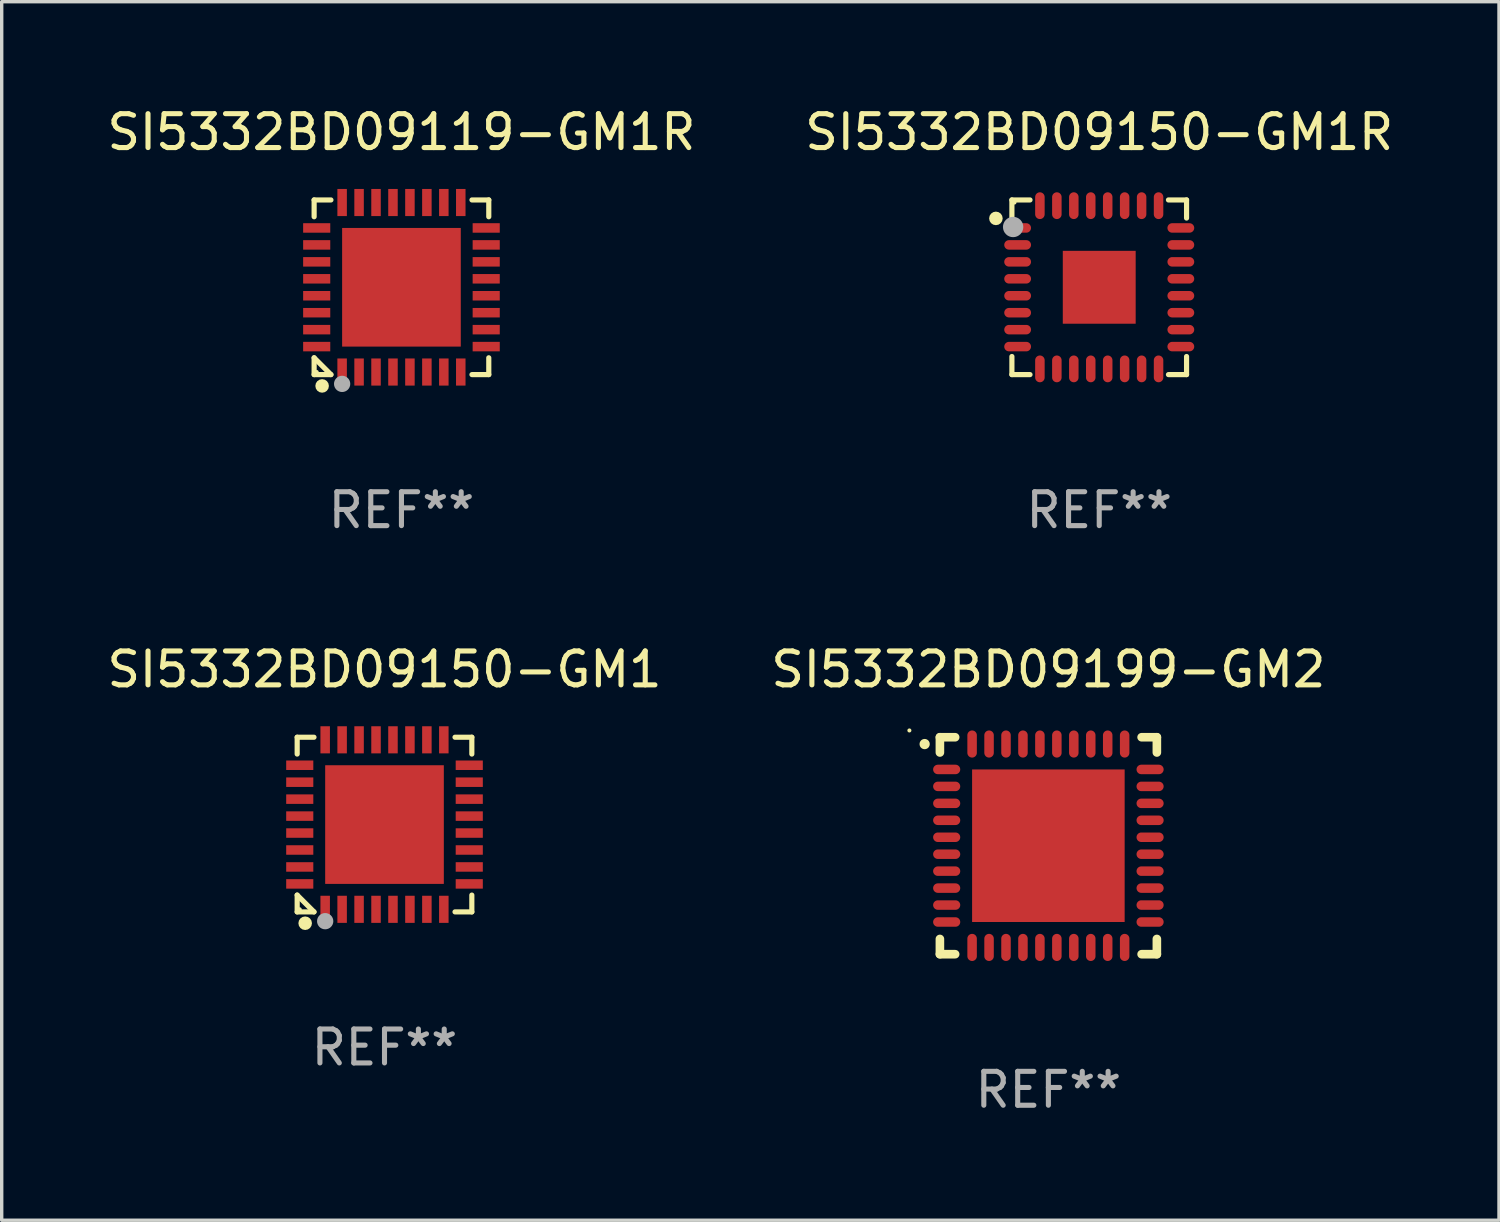
<source format=kicad_pcb>
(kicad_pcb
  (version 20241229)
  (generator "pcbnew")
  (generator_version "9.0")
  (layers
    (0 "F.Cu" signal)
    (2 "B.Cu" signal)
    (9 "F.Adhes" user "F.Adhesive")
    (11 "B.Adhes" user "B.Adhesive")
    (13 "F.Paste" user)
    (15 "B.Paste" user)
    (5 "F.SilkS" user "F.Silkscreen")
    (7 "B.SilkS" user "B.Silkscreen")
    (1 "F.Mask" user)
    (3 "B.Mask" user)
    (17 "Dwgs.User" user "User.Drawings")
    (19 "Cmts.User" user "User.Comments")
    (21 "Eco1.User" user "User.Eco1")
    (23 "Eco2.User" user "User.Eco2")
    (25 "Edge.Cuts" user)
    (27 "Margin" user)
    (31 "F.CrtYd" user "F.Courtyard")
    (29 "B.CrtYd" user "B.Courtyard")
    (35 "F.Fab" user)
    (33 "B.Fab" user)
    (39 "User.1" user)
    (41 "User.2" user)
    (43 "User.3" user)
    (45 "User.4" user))
  (footprint "SI5332BD09199-GM2"
    (layer "F.Cu")
    (at 27.875 21.897)
    (property "Reference" "SI5332BD09199-GM2" (at 0 -5.2 0) (layer "F.SilkS") (effects (font (size 1 1) (thickness 0.15))))
    (attr through_hole)
    (fp_line (start -3.2 -3.2) (end -2.75 -3.2) (stroke (width 0.254) (type solid)) (layer "F.SilkS"))
    (fp_line (start -3.2 -2.75) (end -3.2 -3.2) (stroke (width 0.254) (type solid)) (layer "F.SilkS"))
    (fp_line (start -3.2 3.2) (end -3.2 2.75) (stroke (width 0.254) (type solid)) (layer "F.SilkS"))
    (fp_line (start -2.75 3.2) (end -3.2 3.2) (stroke (width 0.254) (type solid)) (layer "F.SilkS"))
    (fp_line (start 2.75 3.2) (end 3.2 3.2) (stroke (width 0.254) (type solid)) (layer "F.SilkS"))
    (fp_line (start 3.2 -3.2) (end 2.75 -3.2) (stroke (width 0.254) (type solid)) (layer "F.SilkS"))
    (fp_line (start 3.2 -2.75) (end 3.2 -3.2) (stroke (width 0.254) (type solid)) (layer "F.SilkS"))
    (fp_line (start 3.2 3.2) (end 3.2 2.75) (stroke (width 0.254) (type solid)) (layer "F.SilkS"))
    (fp_arc (start -3.649987 -2.997206) (mid -3.649992 -2.998476) (end -3.649987 -2.999746) (stroke (width 0.3) (type solid)) (layer "F.SilkS"))
    (fp_circle (center -4.1 -3.4) (end -4.07 -3.4) (stroke (width 0.06) (type solid)) (fill no) (layer "F.SilkS"))
    (fp_text user "REF**" (at 0 7.2 0) (layer "F.Fab") (effects (font (size 1 1) (thickness 0.15))))
    (pad "1" smd oval (at -3 -2.25 90) (size 0.28 0.8) (layers "F.Cu" "F.Mask" "F.Paste"))
    (pad "2" smd oval (at -3 -1.75 90) (size 0.28 0.8) (layers "F.Cu" "F.Mask" "F.Paste"))
    (pad "3" smd oval (at -3 -1.25 90) (size 0.28 0.8) (layers "F.Cu" "F.Mask" "F.Paste"))
    (pad "4" smd oval (at -3 -0.75 90) (size 0.28 0.8) (layers "F.Cu" "F.Mask" "F.Paste"))
    (pad "5" smd oval (at -3 -0.25 90) (size 0.28 0.8) (layers "F.Cu" "F.Mask" "F.Paste"))
    (pad "6" smd oval (at -3 0.25 90) (size 0.28 0.8) (layers "F.Cu" "F.Mask" "F.Paste"))
    (pad "7" smd oval (at -3 0.75 90) (size 0.28 0.8) (layers "F.Cu" "F.Mask" "F.Paste"))
    (pad "8" smd oval (at -3 1.25 90) (size 0.28 0.8) (layers "F.Cu" "F.Mask" "F.Paste"))
    (pad "9" smd oval (at -3 1.75 90) (size 0.28 0.8) (layers "F.Cu" "F.Mask" "F.Paste"))
    (pad "10" smd oval (at -3 2.25 90) (size 0.28 0.8) (layers "F.Cu" "F.Mask" "F.Paste"))
    (pad "11" smd oval (at -2.25 3) (size 0.28 0.8) (layers "F.Cu" "F.Mask" "F.Paste"))
    (pad "12" smd oval (at -1.75 3) (size 0.28 0.8) (layers "F.Cu" "F.Mask" "F.Paste"))
    (pad "13" smd oval (at -1.25 3) (size 0.28 0.8) (layers "F.Cu" "F.Mask" "F.Paste"))
    (pad "14" smd oval (at -0.75 3) (size 0.28 0.8) (layers "F.Cu" "F.Mask" "F.Paste"))
    (pad "15" smd oval (at -0.25 3) (size 0.28 0.8) (layers "F.Cu" "F.Mask" "F.Paste"))
    (pad "16" smd oval (at 0.25 3) (size 0.28 0.8) (layers "F.Cu" "F.Mask" "F.Paste"))
    (pad "17" smd oval (at 0.75 3) (size 0.28 0.8) (layers "F.Cu" "F.Mask" "F.Paste"))
    (pad "18" smd oval (at 1.25 3) (size 0.28 0.8) (layers "F.Cu" "F.Mask" "F.Paste"))
    (pad "19" smd oval (at 1.75 3) (size 0.28 0.8) (layers "F.Cu" "F.Mask" "F.Paste"))
    (pad "20" smd oval (at 2.25 3) (size 0.28 0.8) (layers "F.Cu" "F.Mask" "F.Paste"))
    (pad "21" smd oval (at 3 2.25 90) (size 0.28 0.8) (layers "F.Cu" "F.Mask" "F.Paste"))
    (pad "22" smd oval (at 3 1.75 90) (size 0.28 0.8) (layers "F.Cu" "F.Mask" "F.Paste"))
    (pad "23" smd oval (at 3 1.25 90) (size 0.28 0.8) (layers "F.Cu" "F.Mask" "F.Paste"))
    (pad "24" smd oval (at 3 0.75 90) (size 0.28 0.8) (layers "F.Cu" "F.Mask" "F.Paste"))
    (pad "25" smd oval (at 3 0.25 90) (size 0.28 0.8) (layers "F.Cu" "F.Mask" "F.Paste"))
    (pad "26" smd oval (at 3 -0.25 90) (size 0.28 0.8) (layers "F.Cu" "F.Mask" "F.Paste"))
    (pad "27" smd oval (at 3 -0.75 90) (size 0.28 0.8) (layers "F.Cu" "F.Mask" "F.Paste"))
    (pad "28" smd oval (at 3 -1.25 90) (size 0.28 0.8) (layers "F.Cu" "F.Mask" "F.Paste"))
    (pad "29" smd oval (at 3 -1.75 90) (size 0.28 0.8) (layers "F.Cu" "F.Mask" "F.Paste"))
    (pad "30" smd oval (at 3 -2.25 90) (size 0.28 0.8) (layers "F.Cu" "F.Mask" "F.Paste"))
    (pad "31" smd oval (at 2.25 -3) (size 0.28 0.8) (layers "F.Cu" "F.Mask" "F.Paste"))
    (pad "32" smd oval (at 1.75 -3) (size 0.28 0.8) (layers "F.Cu" "F.Mask" "F.Paste"))
    (pad "33" smd oval (at 1.25 -3) (size 0.28 0.8) (layers "F.Cu" "F.Mask" "F.Paste"))
    (pad "34" smd oval (at 0.75 -3) (size 0.28 0.8) (layers "F.Cu" "F.Mask" "F.Paste"))
    (pad "35" smd oval (at 0.25 -3) (size 0.28 0.8) (layers "F.Cu" "F.Mask" "F.Paste"))
    (pad "36" smd oval (at -0.25 -3) (size 0.28 0.8) (layers "F.Cu" "F.Mask" "F.Paste"))
    (pad "37" smd oval (at -0.75 -3) (size 0.28 0.8) (layers "F.Cu" "F.Mask" "F.Paste"))
    (pad "38" smd oval (at -1.25 -3) (size 0.28 0.8) (layers "F.Cu" "F.Mask" "F.Paste"))
    (pad "39" smd oval (at -1.75 -3) (size 0.28 0.8) (layers "F.Cu" "F.Mask" "F.Paste"))
    (pad "40" smd oval (at -2.25 -3) (size 0.28 0.8) (layers "F.Cu" "F.Mask" "F.Paste"))
    (pad "41" smd rect (at 0 0) (size 4.5 4.5) (layers "F.Cu" "F.Mask" "F.Paste")))
  (footprint "SI5332BD09150-GM1"
    (layer "F.Cu")
    (at 8.292 21.273)
    (property "Reference" "SI5332BD09150-GM1" (at 0 -4.576 0) (layer "F.SilkS") (effects (font (size 1 1) (thickness 0.15))))
    (attr through_hole)
    (fp_line (start -2.576 -2.576) (end -2.08 -2.576) (stroke (width 0.152) (type solid)) (layer "F.SilkS"))
    (fp_line (start -2.576 -2.08) (end -2.576 -2.576) (stroke (width 0.152) (type solid)) (layer "F.SilkS"))
    (fp_line (start -2.576 2.08) (end -2.576 2.576) (stroke (width 0.152) (type solid)) (layer "F.SilkS"))
    (fp_line (start -2.576 2.08) (end -2.08 2.576) (stroke (width 0.152) (type solid)) (layer "F.SilkS"))
    (fp_line (start -2.576 2.576) (end -2.08 2.576) (stroke (width 0.152) (type solid)) (layer "F.SilkS"))
    (fp_line (start 2.576 -2.576) (end 2.08 -2.576) (stroke (width 0.152) (type solid)) (layer "F.SilkS"))
    (fp_line (start 2.576 -2.08) (end 2.576 -2.576) (stroke (width 0.152) (type solid)) (layer "F.SilkS"))
    (fp_line (start 2.576 2.08) (end 2.576 2.576) (stroke (width 0.152) (type solid)) (layer "F.SilkS"))
    (fp_line (start 2.576 2.576) (end 2.08 2.576) (stroke (width 0.152) (type solid)) (layer "F.SilkS"))
    (fp_circle (center -2.5 2.5) (end -2.47 2.5) (stroke (width 0.06) (type solid)) (fill no) (layer "F.SilkS"))
    (fp_circle (center -2.34 2.91) (end -2.24 2.91) (stroke (width 0.2) (type solid)) (fill no) (layer "F.SilkS"))
    (fp_circle (center -1.75 2.85) (end -1.63 2.85) (stroke (width 0.24) (type solid)) (fill no) (layer "F.Fab"))
    (fp_text user "REF**" (at 0 6.576 0) (layer "F.Fab") (effects (font (size 1 1) (thickness 0.15))))
    (pad "1" smd rect (at -1.75 2.5) (size 0.28 0.8) (layers "F.Cu" "F.Mask" "F.Paste"))
    (pad "2" smd rect (at -1.25 2.5) (size 0.28 0.8) (layers "F.Cu" "F.Mask" "F.Paste"))
    (pad "3" smd rect (at -0.75 2.5) (size 0.28 0.8) (layers "F.Cu" "F.Mask" "F.Paste"))
    (pad "4" smd rect (at -0.25 2.5) (size 0.28 0.8) (layers "F.Cu" "F.Mask" "F.Paste"))
    (pad "5" smd rect (at 0.25 2.5) (size 0.28 0.8) (layers "F.Cu" "F.Mask" "F.Paste"))
    (pad "6" smd rect (at 0.75 2.5) (size 0.28 0.8) (layers "F.Cu" "F.Mask" "F.Paste"))
    (pad "7" smd rect (at 1.25 2.5) (size 0.28 0.8) (layers "F.Cu" "F.Mask" "F.Paste"))
    (pad "8" smd rect (at 1.75 2.5) (size 0.28 0.8) (layers "F.Cu" "F.Mask" "F.Paste"))
    (pad "9" smd rect (at 2.5 1.75) (size 0.8 0.28) (layers "F.Cu" "F.Mask" "F.Paste"))
    (pad "10" smd rect (at 2.5 1.25) (size 0.8 0.28) (layers "F.Cu" "F.Mask" "F.Paste"))
    (pad "11" smd rect (at 2.5 0.75) (size 0.8 0.28) (layers "F.Cu" "F.Mask" "F.Paste"))
    (pad "12" smd rect (at 2.5 0.25) (size 0.8 0.28) (layers "F.Cu" "F.Mask" "F.Paste"))
    (pad "13" smd rect (at 2.5 -0.25) (size 0.8 0.28) (layers "F.Cu" "F.Mask" "F.Paste"))
    (pad "14" smd rect (at 2.5 -0.75) (size 0.8 0.28) (layers "F.Cu" "F.Mask" "F.Paste"))
    (pad "15" smd rect (at 2.5 -1.25) (size 0.8 0.28) (layers "F.Cu" "F.Mask" "F.Paste"))
    (pad "16" smd rect (at 2.5 -1.75) (size 0.8 0.28) (layers "F.Cu" "F.Mask" "F.Paste"))
    (pad "17" smd rect (at 1.75 -2.5) (size 0.28 0.8) (layers "F.Cu" "F.Mask" "F.Paste"))
    (pad "18" smd rect (at 1.25 -2.5) (size 0.28 0.8) (layers "F.Cu" "F.Mask" "F.Paste"))
    (pad "19" smd rect (at 0.75 -2.5) (size 0.28 0.8) (layers "F.Cu" "F.Mask" "F.Paste"))
    (pad "20" smd rect (at 0.25 -2.5) (size 0.28 0.8) (layers "F.Cu" "F.Mask" "F.Paste"))
    (pad "21" smd rect (at -0.25 -2.5) (size 0.28 0.8) (layers "F.Cu" "F.Mask" "F.Paste"))
    (pad "22" smd rect (at -0.75 -2.5) (size 0.28 0.8) (layers "F.Cu" "F.Mask" "F.Paste"))
    (pad "23" smd rect (at -1.25 -2.5) (size 0.28 0.8) (layers "F.Cu" "F.Mask" "F.Paste"))
    (pad "24" smd rect (at -1.75 -2.5) (size 0.28 0.8) (layers "F.Cu" "F.Mask" "F.Paste"))
    (pad "25" smd rect (at -2.5 -1.75) (size 0.8 0.28) (layers "F.Cu" "F.Mask" "F.Paste"))
    (pad "26" smd rect (at -2.5 -1.25) (size 0.8 0.28) (layers "F.Cu" "F.Mask" "F.Paste"))
    (pad "27" smd rect (at -2.5 -0.75) (size 0.8 0.28) (layers "F.Cu" "F.Mask" "F.Paste"))
    (pad "28" smd rect (at -2.5 -0.25) (size 0.8 0.28) (layers "F.Cu" "F.Mask" "F.Paste"))
    (pad "29" smd rect (at -2.5 0.25) (size 0.8 0.28) (layers "F.Cu" "F.Mask" "F.Paste"))
    (pad "30" smd rect (at -2.5 0.75) (size 0.8 0.28) (layers "F.Cu" "F.Mask" "F.Paste"))
    (pad "31" smd rect (at -2.5 1.25) (size 0.8 0.28) (layers "F.Cu" "F.Mask" "F.Paste"))
    (pad "32" smd rect (at -2.5 1.75) (size 0.8 0.28) (layers "F.Cu" "F.Mask" "F.Paste"))
    (pad "33" smd rect (at 0 0) (size 3.5 3.5) (layers "F.Cu" "F.Mask" "F.Paste")))
  (footprint "SI5332BD09150-GM1R"
    (layer "F.Cu")
    (at 29.375 5.424)
    (property "Reference" "SI5332BD09150-GM1R" (at 0 -4.576 0) (layer "F.SilkS") (effects (font (size 1 1) (thickness 0.15))))
    (attr through_hole)
    (fp_line (start -2.576 -2.576) (end -2.042 -2.576) (stroke (width 0.152) (type solid)) (layer "F.SilkS"))
    (fp_line (start -2.576 -2.042) (end -2.576 -2.576) (stroke (width 0.152) (type solid)) (layer "F.SilkS"))
    (fp_line (start -2.576 2.042) (end -2.576 2.576) (stroke (width 0.152) (type solid)) (layer "F.SilkS"))
    (fp_line (start -2.576 2.576) (end -2.042 2.576) (stroke (width 0.152) (type solid)) (layer "F.SilkS"))
    (fp_line (start 2.576 -2.576) (end 2.042 -2.576) (stroke (width 0.152) (type solid)) (layer "F.SilkS"))
    (fp_line (start 2.576 -2.042) (end 2.576 -2.576) (stroke (width 0.152) (type solid)) (layer "F.SilkS"))
    (fp_line (start 2.576 2.042) (end 2.576 2.576) (stroke (width 0.152) (type solid)) (layer "F.SilkS"))
    (fp_line (start 2.576 2.576) (end 2.042 2.576) (stroke (width 0.152) (type solid)) (layer "F.SilkS"))
    (fp_circle (center -3.048 -2.032) (end -2.948 -2.032) (stroke (width 0.2) (type solid)) (fill no) (layer "F.SilkS"))
    (fp_circle (center -2.5 -2.5) (end -2.47 -2.5) (stroke (width 0.06) (type solid)) (fill no) (layer "F.SilkS"))
    (fp_circle (center -2.54 -1.778) (end -2.39 -1.778) (stroke (width 0.3) (type solid)) (fill no) (layer "F.Fab"))
    (fp_text user "REF**" (at 0 6.576 0) (layer "F.Fab") (effects (font (size 1 1) (thickness 0.15))))
    (pad "1" smd oval (at -2.407 -1.75) (size 0.79 0.28) (layers "F.Cu" "F.Mask" "F.Paste"))
    (pad "2" smd oval (at -2.407 -1.25) (size 0.79 0.28) (layers "F.Cu" "F.Mask" "F.Paste"))
    (pad "3" smd oval (at -2.407 -0.75) (size 0.79 0.28) (layers "F.Cu" "F.Mask" "F.Paste"))
    (pad "4" smd oval (at -2.407 -0.25) (size 0.79 0.28) (layers "F.Cu" "F.Mask" "F.Paste"))
    (pad "5" smd oval (at -2.407 0.25) (size 0.79 0.28) (layers "F.Cu" "F.Mask" "F.Paste"))
    (pad "6" smd oval (at -2.407 0.75) (size 0.79 0.28) (layers "F.Cu" "F.Mask" "F.Paste"))
    (pad "7" smd oval (at -2.407 1.25) (size 0.79 0.28) (layers "F.Cu" "F.Mask" "F.Paste"))
    (pad "8" smd oval (at -2.407 1.75) (size 0.79 0.28) (layers "F.Cu" "F.Mask" "F.Paste"))
    (pad "9" smd oval (at -1.75 2.407) (size 0.28 0.79) (layers "F.Cu" "F.Mask" "F.Paste"))
    (pad "10" smd oval (at -1.25 2.407) (size 0.28 0.79) (layers "F.Cu" "F.Mask" "F.Paste"))
    (pad "11" smd oval (at -0.75 2.407) (size 0.28 0.79) (layers "F.Cu" "F.Mask" "F.Paste"))
    (pad "12" smd oval (at -0.25 2.407) (size 0.28 0.79) (layers "F.Cu" "F.Mask" "F.Paste"))
    (pad "13" smd oval (at 0.25 2.407) (size 0.28 0.79) (layers "F.Cu" "F.Mask" "F.Paste"))
    (pad "14" smd oval (at 0.75 2.407) (size 0.28 0.79) (layers "F.Cu" "F.Mask" "F.Paste"))
    (pad "15" smd oval (at 1.25 2.407) (size 0.28 0.79) (layers "F.Cu" "F.Mask" "F.Paste"))
    (pad "16" smd oval (at 1.75 2.407) (size 0.28 0.79) (layers "F.Cu" "F.Mask" "F.Paste"))
    (pad "17" smd oval (at 2.407 1.75) (size 0.79 0.28) (layers "F.Cu" "F.Mask" "F.Paste"))
    (pad "18" smd oval (at 2.407 1.25) (size 0.79 0.28) (layers "F.Cu" "F.Mask" "F.Paste"))
    (pad "19" smd oval (at 2.407 0.75) (size 0.79 0.28) (layers "F.Cu" "F.Mask" "F.Paste"))
    (pad "20" smd oval (at 2.407 0.25) (size 0.79 0.28) (layers "F.Cu" "F.Mask" "F.Paste"))
    (pad "21" smd oval (at 2.407 -0.25) (size 0.79 0.28) (layers "F.Cu" "F.Mask" "F.Paste"))
    (pad "22" smd oval (at 2.407 -0.75) (size 0.79 0.28) (layers "F.Cu" "F.Mask" "F.Paste"))
    (pad "23" smd oval (at 2.407 -1.25) (size 0.79 0.28) (layers "F.Cu" "F.Mask" "F.Paste"))
    (pad "24" smd oval (at 2.407 -1.75) (size 0.79 0.28) (layers "F.Cu" "F.Mask" "F.Paste"))
    (pad "25" smd oval (at 1.75 -2.407) (size 0.28 0.79) (layers "F.Cu" "F.Mask" "F.Paste"))
    (pad "26" smd oval (at 1.25 -2.407) (size 0.28 0.79) (layers "F.Cu" "F.Mask" "F.Paste"))
    (pad "27" smd oval (at 0.75 -2.407) (size 0.28 0.79) (layers "F.Cu" "F.Mask" "F.Paste"))
    (pad "28" smd oval (at 0.25 -2.407) (size 0.28 0.79) (layers "F.Cu" "F.Mask" "F.Paste"))
    (pad "29" smd oval (at -0.25 -2.407) (size 0.28 0.79) (layers "F.Cu" "F.Mask" "F.Paste"))
    (pad "30" smd oval (at -0.75 -2.407) (size 0.28 0.79) (layers "F.Cu" "F.Mask" "F.Paste"))
    (pad "31" smd oval (at -1.25 -2.407) (size 0.28 0.79) (layers "F.Cu" "F.Mask" "F.Paste"))
    (pad "32" smd oval (at -1.75 -2.407) (size 0.28 0.79) (layers "F.Cu" "F.Mask" "F.Paste"))
    (pad "33" smd rect (at -0.000013 0.000013) (size 2.15 2.15) (layers "F.Cu" "F.Mask" "F.Paste")))
  (footprint "SI5332BD09119-GM1R"
    (layer "F.Cu")
    (at 8.792 5.424)
    (property "Reference" "SI5332BD09119-GM1R" (at 0 -4.576 0) (layer "F.SilkS") (effects (font (size 1 1) (thickness 0.15))))
    (attr through_hole)
    (fp_line (start -2.576 -2.576) (end -2.08 -2.576) (stroke (width 0.152) (type solid)) (layer "F.SilkS"))
    (fp_line (start -2.576 -2.08) (end -2.576 -2.576) (stroke (width 0.152) (type solid)) (layer "F.SilkS"))
    (fp_line (start -2.576 2.08) (end -2.576 2.576) (stroke (width 0.152) (type solid)) (layer "F.SilkS"))
    (fp_line (start -2.576 2.08) (end -2.08 2.576) (stroke (width 0.152) (type solid)) (layer "F.SilkS"))
    (fp_line (start -2.576 2.576) (end -2.08 2.576) (stroke (width 0.152) (type solid)) (layer "F.SilkS"))
    (fp_line (start 2.576 -2.576) (end 2.08 -2.576) (stroke (width 0.152) (type solid)) (layer "F.SilkS"))
    (fp_line (start 2.576 -2.08) (end 2.576 -2.576) (stroke (width 0.152) (type solid)) (layer "F.SilkS"))
    (fp_line (start 2.576 2.08) (end 2.576 2.576) (stroke (width 0.152) (type solid)) (layer "F.SilkS"))
    (fp_line (start 2.576 2.576) (end 2.08 2.576) (stroke (width 0.152) (type solid)) (layer "F.SilkS"))
    (fp_circle (center -2.5 2.5) (end -2.47 2.5) (stroke (width 0.06) (type solid)) (fill no) (layer "F.SilkS"))
    (fp_circle (center -2.34 2.91) (end -2.24 2.91) (stroke (width 0.2) (type solid)) (fill no) (layer "F.SilkS"))
    (fp_circle (center -1.75 2.85) (end -1.63 2.85) (stroke (width 0.24) (type solid)) (fill no) (layer "F.Fab"))
    (fp_text user "REF**" (at 0 6.576 0) (layer "F.Fab") (effects (font (size 1 1) (thickness 0.15))))
    (pad "1" smd rect (at -1.75 2.5) (size 0.28 0.8) (layers "F.Cu" "F.Mask" "F.Paste"))
    (pad "2" smd rect (at -1.25 2.5) (size 0.28 0.8) (layers "F.Cu" "F.Mask" "F.Paste"))
    (pad "3" smd rect (at -0.75 2.5) (size 0.28 0.8) (layers "F.Cu" "F.Mask" "F.Paste"))
    (pad "4" smd rect (at -0.25 2.5) (size 0.28 0.8) (layers "F.Cu" "F.Mask" "F.Paste"))
    (pad "5" smd rect (at 0.25 2.5) (size 0.28 0.8) (layers "F.Cu" "F.Mask" "F.Paste"))
    (pad "6" smd rect (at 0.75 2.5) (size 0.28 0.8) (layers "F.Cu" "F.Mask" "F.Paste"))
    (pad "7" smd rect (at 1.25 2.5) (size 0.28 0.8) (layers "F.Cu" "F.Mask" "F.Paste"))
    (pad "8" smd rect (at 1.75 2.5) (size 0.28 0.8) (layers "F.Cu" "F.Mask" "F.Paste"))
    (pad "9" smd rect (at 2.5 1.75) (size 0.8 0.28) (layers "F.Cu" "F.Mask" "F.Paste"))
    (pad "10" smd rect (at 2.5 1.25) (size 0.8 0.28) (layers "F.Cu" "F.Mask" "F.Paste"))
    (pad "11" smd rect (at 2.5 0.75) (size 0.8 0.28) (layers "F.Cu" "F.Mask" "F.Paste"))
    (pad "12" smd rect (at 2.5 0.25) (size 0.8 0.28) (layers "F.Cu" "F.Mask" "F.Paste"))
    (pad "13" smd rect (at 2.5 -0.25) (size 0.8 0.28) (layers "F.Cu" "F.Mask" "F.Paste"))
    (pad "14" smd rect (at 2.5 -0.75) (size 0.8 0.28) (layers "F.Cu" "F.Mask" "F.Paste"))
    (pad "15" smd rect (at 2.5 -1.25) (size 0.8 0.28) (layers "F.Cu" "F.Mask" "F.Paste"))
    (pad "16" smd rect (at 2.5 -1.75) (size 0.8 0.28) (layers "F.Cu" "F.Mask" "F.Paste"))
    (pad "17" smd rect (at 1.75 -2.5) (size 0.28 0.8) (layers "F.Cu" "F.Mask" "F.Paste"))
    (pad "18" smd rect (at 1.25 -2.5) (size 0.28 0.8) (layers "F.Cu" "F.Mask" "F.Paste"))
    (pad "19" smd rect (at 0.75 -2.5) (size 0.28 0.8) (layers "F.Cu" "F.Mask" "F.Paste"))
    (pad "20" smd rect (at 0.25 -2.5) (size 0.28 0.8) (layers "F.Cu" "F.Mask" "F.Paste"))
    (pad "21" smd rect (at -0.25 -2.5) (size 0.28 0.8) (layers "F.Cu" "F.Mask" "F.Paste"))
    (pad "22" smd rect (at -0.75 -2.5) (size 0.28 0.8) (layers "F.Cu" "F.Mask" "F.Paste"))
    (pad "23" smd rect (at -1.25 -2.5) (size 0.28 0.8) (layers "F.Cu" "F.Mask" "F.Paste"))
    (pad "24" smd rect (at -1.75 -2.5) (size 0.28 0.8) (layers "F.Cu" "F.Mask" "F.Paste"))
    (pad "25" smd rect (at -2.5 -1.75) (size 0.8 0.28) (layers "F.Cu" "F.Mask" "F.Paste"))
    (pad "26" smd rect (at -2.5 -1.25) (size 0.8 0.28) (layers "F.Cu" "F.Mask" "F.Paste"))
    (pad "27" smd rect (at -2.5 -0.75) (size 0.8 0.28) (layers "F.Cu" "F.Mask" "F.Paste"))
    (pad "28" smd rect (at -2.5 -0.25) (size 0.8 0.28) (layers "F.Cu" "F.Mask" "F.Paste"))
    (pad "29" smd rect (at -2.5 0.25) (size 0.8 0.28) (layers "F.Cu" "F.Mask" "F.Paste"))
    (pad "30" smd rect (at -2.5 0.75) (size 0.8 0.28) (layers "F.Cu" "F.Mask" "F.Paste"))
    (pad "31" smd rect (at -2.5 1.25) (size 0.8 0.28) (layers "F.Cu" "F.Mask" "F.Paste"))
    (pad "32" smd rect (at -2.5 1.75) (size 0.8 0.28) (layers "F.Cu" "F.Mask" "F.Paste"))
    (pad "33" smd rect (at 0 0) (size 3.5 3.5) (layers "F.Cu" "F.Mask" "F.Paste")))
  (gr_rect
    (start -3 -3)
    (end 41.167 32.945)
    (stroke (width 0.1) (type default))
    (fill no)
    (layer "Edge.Cuts")))
</source>
